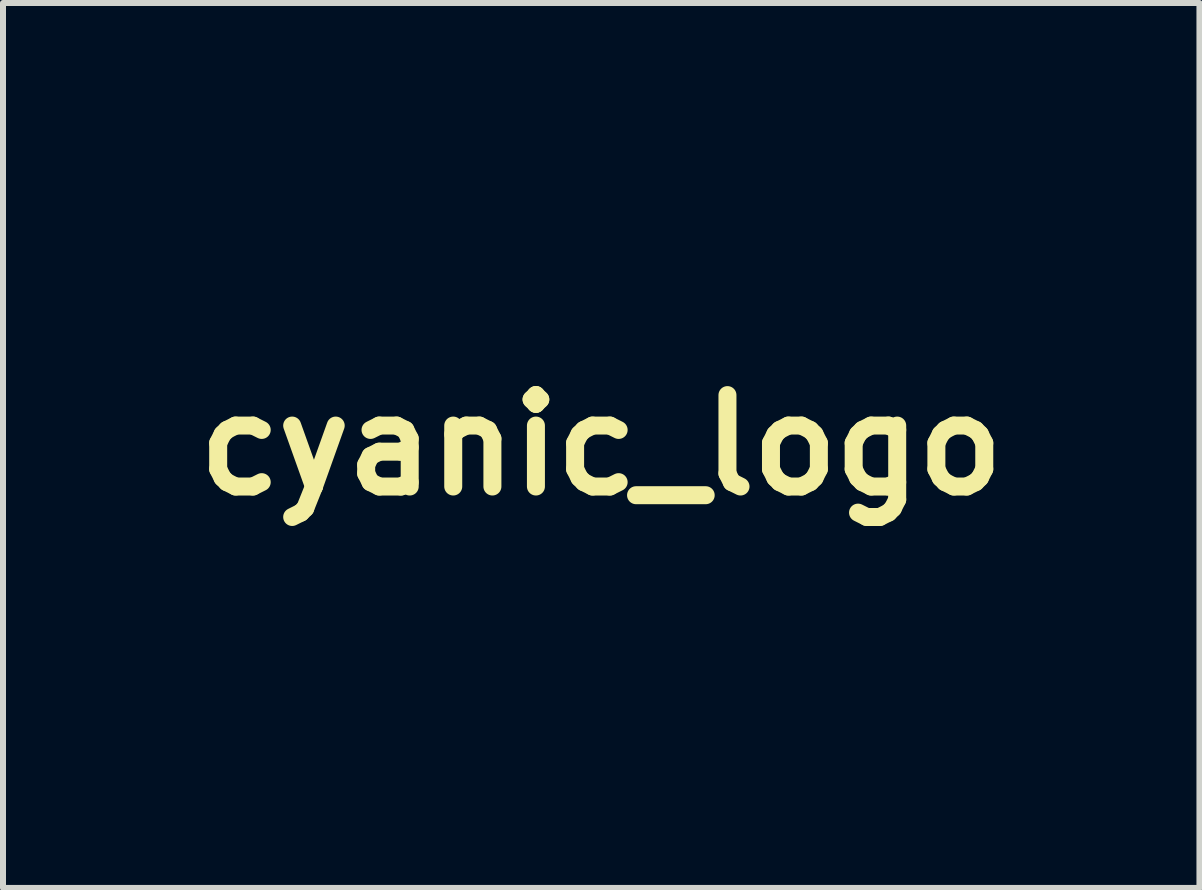
<source format=kicad_pcb>
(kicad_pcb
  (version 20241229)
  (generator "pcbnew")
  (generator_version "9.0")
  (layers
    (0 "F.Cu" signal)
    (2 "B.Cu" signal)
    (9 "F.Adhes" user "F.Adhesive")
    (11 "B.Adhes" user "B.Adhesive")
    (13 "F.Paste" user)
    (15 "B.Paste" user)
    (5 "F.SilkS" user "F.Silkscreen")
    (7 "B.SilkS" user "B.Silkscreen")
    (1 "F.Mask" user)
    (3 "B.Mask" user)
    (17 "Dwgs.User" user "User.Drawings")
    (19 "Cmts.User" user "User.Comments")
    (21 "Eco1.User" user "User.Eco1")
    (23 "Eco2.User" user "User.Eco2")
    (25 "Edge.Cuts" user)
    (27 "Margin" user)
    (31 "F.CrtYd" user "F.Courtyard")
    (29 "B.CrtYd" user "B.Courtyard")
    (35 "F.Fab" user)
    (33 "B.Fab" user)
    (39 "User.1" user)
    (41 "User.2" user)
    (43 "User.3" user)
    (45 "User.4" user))
  (footprint "cyanic_logo"
    (layer "F.Cu")
    (at 6.974 4.372)
    (property "Reference" "cyanic_logo" (at 0 0 0) (layer "F.SilkS") (effects (font (size 1.524 1.524) (thickness 0.3))))
    (attr through_hole)
    (fp_poly (pts (xy -0.28 -1.083) (xy -0.239 -1.076) (xy -0.191 -1.066) (xy -0.169 -1.061) (xy -0.138 -1.052) (xy -0.114 -1.045) (xy -0.095 -1.038) (xy -0.08 -1.03) (xy -0.068 -1.022) (xy -0.06 -1.014) (xy -0.049 -0.999) (xy -0.035 -0.978) (xy -0.019 -0.953) (xy -0.002 -0.926) (xy 0.016 -0.896) (xy 0.033 -0.866) (xy 0.05 -0.836) (xy 0.064 -0.809) (xy 0.076 -0.785) (xy 0.085 -0.765) (xy 0.087 -0.76) (xy 0.096 -0.732) (xy 0.106 -0.697) (xy 0.117 -0.656) (xy 0.127 -0.611) (xy 0.137 -0.563) (xy 0.147 -0.513) (xy 0.155 -0.464) (xy 0.163 -0.417) (xy 0.169 -0.373) (xy 0.169 -0.37) (xy 0.172 -0.339) (xy 0.175 -0.302) (xy 0.178 -0.262) (xy 0.181 -0.219) (xy 0.183 -0.177) (xy 0.184 -0.136) (xy 0.186 -0.098) (xy 0.186 -0.065) (xy 0.186 -0.039) (xy 0.186 -0.036) (xy 0.185 -0.014) (xy 0.183 0.014) (xy 0.18 0.046) (xy 0.177 0.08) (xy 0.174 0.117) (xy 0.17 0.154) (xy 0.167 0.19) (xy 0.163 0.224) (xy 0.16 0.254) (xy 0.157 0.28) (xy 0.154 0.3) (xy 0.152 0.312) (xy 0.151 0.314) (xy 0.145 0.335) (xy 0.136 0.362) (xy 0.126 0.392) (xy 0.115 0.423) (xy 0.104 0.452) (xy 0.095 0.478) (xy 0.092 0.483) (xy 0.054 0.568) (xy 0.009 0.652) (xy -0.041 0.732) (xy -0.095 0.807) (xy -0.133 0.853) (xy -0.148 0.869) (xy -0.167 0.889) (xy -0.191 0.913) (xy -0.216 0.939) (xy -0.243 0.965) (xy -0.27 0.991) (xy -0.296 1.015) (xy -0.318 1.036) (xy -0.336 1.052) (xy -0.336 1.052) (xy -0.354 1.067) (xy -0.369 1.08) (xy -0.38 1.09) (xy -0.387 1.095) (xy -0.388 1.096) (xy -0.392 1.1) (xy -0.402 1.108) (xy -0.417 1.12) (xy -0.434 1.134) (xy -0.443 1.141) (xy -0.452 1.148) (xy -0.463 1.157) (xy -0.465 1.159) (xy -0.481 1.172) (xy -0.502 1.188) (xy -0.525 1.206) (xy -0.55 1.226) (xy -0.576 1.246) (xy -0.602 1.266) (xy -0.628 1.285) (xy -0.652 1.303) (xy -0.673 1.319) (xy -0.691 1.332) (xy -0.704 1.341) (xy -0.711 1.346) (xy -0.713 1.347) (xy -0.712 1.341) (xy -0.708 1.329) (xy -0.703 1.313) (xy -0.697 1.296) (xy -0.679 1.239) (xy -0.662 1.176) (xy -0.646 1.11) (xy -0.632 1.043) (xy -0.621 0.976) (xy -0.611 0.913) (xy -0.605 0.854) (xy -0.603 0.829) (xy -0.602 0.809) (xy -0.602 0.793) (xy -0.602 0.783) (xy -0.603 0.78) (xy -0.605 0.785) (xy -0.61 0.796) (xy -0.617 0.813) (xy -0.624 0.833) (xy -0.626 0.838) (xy -0.664 0.932) (xy -0.702 1.019) (xy -0.742 1.1) (xy -0.784 1.176) (xy -0.83 1.249) (xy -0.881 1.32) (xy -0.936 1.391) (xy -0.998 1.463) (xy -1.018 1.486) (xy -1.038 1.509) (xy -1.059 1.532) (xy -1.079 1.553) (xy -1.095 1.572) (xy -1.102 1.579) (xy -1.143 1.621) (xy -1.192 1.665) (xy -1.25 1.712) (xy -1.316 1.76) (xy -1.391 1.811) (xy -1.474 1.864) (xy -1.531 1.899) (xy -1.561 1.917) (xy -1.589 1.932) (xy -1.617 1.946) (xy -1.645 1.96) (xy -1.675 1.972) (xy -1.708 1.984) (xy -1.744 1.996) (xy -1.785 2.009) (xy -1.832 2.023) (xy -1.886 2.038) (xy -1.93 2.05) (xy -1.958 2.058) (xy -1.985 2.065) (xy -2.007 2.071) (xy -2.024 2.076) (xy -2.035 2.079) (xy -2.038 2.079) (xy -2.044 2.08) (xy -2.045 2.08) (xy -2.043 2.075) (xy -2.038 2.065) (xy -2.03 2.051) (xy -2.029 2.049) (xy -2.019 2.03) (xy -2.006 2.005) (xy -1.991 1.975) (xy -1.974 1.942) (xy -1.957 1.907) (xy -1.939 1.872) (xy -1.923 1.838) (xy -1.909 1.807) (xy -1.897 1.781) (xy -1.888 1.761) (xy -1.888 1.76) (xy -1.879 1.739) (xy -1.867 1.713) (xy -1.854 1.685) (xy -1.839 1.655) (xy -1.824 1.624) (xy -1.81 1.595) (xy -1.796 1.568) (xy -1.784 1.545) (xy -1.774 1.528) (xy -1.767 1.516) (xy -1.766 1.515) (xy -1.76 1.507) (xy -1.759 1.504) (xy -1.76 1.505) (xy -1.768 1.51) (xy -1.772 1.508) (xy -1.771 1.501) (xy -1.77 1.495) (xy -1.771 1.494) (xy -1.778 1.498) (xy -1.783 1.502) (xy -1.793 1.509) (xy -1.808 1.52) (xy -1.825 1.533) (xy -1.836 1.542) (xy -1.856 1.557) (xy -1.883 1.574) (xy -1.914 1.594) (xy -1.948 1.615) (xy -1.984 1.637) (xy -2.019 1.657) (xy -2.052 1.675) (xy -2.081 1.691) (xy -2.099 1.699) (xy -2.138 1.717) (xy -2.178 1.734) (xy -2.222 1.75) (xy -2.272 1.767) (xy -2.297 1.775) (xy -2.356 1.794) (xy -2.318 1.749) (xy -2.301 1.728) (xy -2.281 1.702) (xy -2.261 1.675) (xy -2.244 1.65) (xy -2.244 1.649) (xy -2.214 1.603) (xy -2.185 1.553) (xy -2.156 1.5) (xy -2.127 1.445) (xy -2.1 1.39) (xy -2.075 1.335) (xy -2.051 1.282) (xy -2.031 1.231) (xy -2.014 1.184) (xy -2.001 1.142) (xy -1.992 1.106) (xy -1.99 1.096) (xy -1.982 1.041) (xy -1.976 0.983) (xy -1.973 0.924) (xy -1.972 0.867) (xy -1.973 0.814) (xy -1.977 0.766) (xy -1.98 0.745) (xy -1.989 0.694) (xy -1.997 0.651) (xy -2.005 0.615) (xy -2.012 0.587) (xy -2.019 0.568) (xy -2.019 0.566) (xy -2.03 0.542) (xy -2.029 0.569) (xy -2.028 0.584) (xy -2.029 0.608) (xy -2.031 0.638) (xy -2.033 0.673) (xy -2.037 0.712) (xy -2.041 0.754) (xy -2.045 0.797) (xy -2.05 0.84) (xy -2.052 0.86) (xy -2.057 0.898) (xy -2.062 0.928) (xy -2.065 0.951) (xy -2.068 0.967) (xy -2.071 0.978) (xy -2.074 0.983) (xy -2.077 0.985) (xy -2.083 0.983) (xy -2.094 0.979) (xy -2.109 0.974) (xy -2.165 0.956) (xy -2.226 0.945) (xy -2.291 0.941) (xy -2.361 0.945) (xy -2.429 0.954) (xy -2.451 0.957) (xy -2.47 0.961) (xy -2.485 0.964) (xy -2.492 0.965) (xy -2.5 0.966) (xy -2.504 0.963) (xy -2.504 0.953) (xy -2.503 0.94) (xy -2.501 0.919) (xy -2.498 0.894) (xy -2.494 0.866) (xy -2.489 0.836) (xy -2.484 0.807) (xy -2.479 0.781) (xy -2.475 0.765) (xy -2.457 0.696) (xy -2.432 0.623) (xy -2.401 0.545) (xy -2.363 0.463) (xy -2.319 0.376) (xy -2.267 0.284) (xy -2.209 0.187) (xy -2.144 0.084) (xy -2.125 0.056) (xy -2.107 0.028) (xy -2.088 0.001) (xy -2.067 -0.025) (xy -2.046 -0.052) (xy -2.022 -0.08) (xy -1.996 -0.109) (xy -1.966 -0.14) (xy -1.934 -0.174) (xy -1.897 -0.21) (xy -1.856 -0.25) (xy -1.81 -0.294) (xy -1.759 -0.342) (xy -1.702 -0.394) (xy -1.649 -0.443) (xy -1.61 -0.478) (xy -1.578 -0.508) (xy -1.549 -0.533) (xy -1.524 -0.556) (xy -1.501 -0.576) (xy -1.479 -0.594) (xy -1.457 -0.612) (xy -1.434 -0.63) (xy -1.409 -0.65) (xy -1.38 -0.672) (xy -1.348 -0.697) (xy -1.286 -0.74) (xy -1.217 -0.784) (xy -1.142 -0.826) (xy -1.061 -0.868) (xy -0.977 -0.907) (xy -0.89 -0.943) (xy -0.815 -0.971) (xy -0.763 -0.989) (xy -0.707 -1.006) (xy -0.65 -1.023) (xy -0.591 -1.038) (xy -0.534 -1.052) (xy -0.479 -1.064) (xy -0.428 -1.074) (xy -0.382 -1.081) (xy -0.344 -1.086) (xy -0.343 -1.086) (xy -0.315 -1.086) (xy -0.28 -1.083)) (stroke (width 0.01) (type solid)) (fill yes) (layer "F.Mask"))
    (fp_poly (pts (xy -2.88 -4.365) (xy -2.879 -4.365) (xy -2.876 -4.36) (xy -2.868 -4.347) (xy -2.856 -4.329) (xy -2.842 -4.305) (xy -2.824 -4.277) (xy -2.804 -4.244) (xy -2.782 -4.209) (xy -2.759 -4.171) (xy -2.736 -4.133) (xy -2.716 -4.1) (xy -2.693 -4.06) (xy -2.668 -4.016) (xy -2.642 -3.969) (xy -2.615 -3.92) (xy -2.589 -3.872) (xy -2.572 -3.842) (xy -2.563 -3.825) (xy -2.555 -3.812) (xy -2.55 -3.805) (xy -2.548 -3.804) (xy -2.545 -3.81) (xy -2.541 -3.822) (xy -2.54 -3.826) (xy -2.532 -3.849) (xy -2.52 -3.878) (xy -2.505 -3.911) (xy -2.488 -3.948) (xy -2.47 -3.986) (xy -2.465 -3.994) (xy -2.435 -4.05) (xy -2.401 -4.107) (xy -2.361 -4.165) (xy -2.32 -4.222) (xy -2.305 -4.243) (xy -2.291 -4.261) (xy -2.28 -4.276) (xy -2.273 -4.287) (xy -2.271 -4.29) (xy -2.266 -4.296) (xy -2.258 -4.3) (xy -2.252 -4.3) (xy -2.25 -4.297) (xy -2.25 -4.292) (xy -2.248 -4.279) (xy -2.246 -4.26) (xy -2.243 -4.236) (xy -2.24 -4.209) (xy -2.236 -4.18) (xy -2.232 -4.15) (xy -2.228 -4.12) (xy -2.225 -4.091) (xy -2.222 -4.066) (xy -2.22 -4.051) (xy -2.211 -3.985) (xy -2.201 -3.916) (xy -2.19 -3.846) (xy -2.178 -3.775) (xy -2.166 -3.704) (xy -2.154 -3.636) (xy -2.142 -3.57) (xy -2.13 -3.508) (xy -2.118 -3.452) (xy -2.107 -3.402) (xy -2.097 -3.36) (xy -2.097 -3.357) (xy -2.088 -3.325) (xy -2.082 -3.3) (xy -2.076 -3.28) (xy -2.071 -3.266) (xy -2.066 -3.255) (xy -2.061 -3.247) (xy -2.053 -3.24) (xy -2.044 -3.233) (xy -2.033 -3.224) (xy -2.029 -3.221) (xy -2.009 -3.207) (xy -1.985 -3.19) (xy -1.96 -3.172) (xy -1.938 -3.157) (xy -1.865 -3.106) (xy -1.798 -3.055) (xy -1.735 -3.004) (xy -1.674 -2.951) (xy -1.612 -2.893) (xy -1.6 -2.881) (xy -1.542 -2.822) (xy -1.482 -2.758) (xy -1.419 -2.688) (xy -1.354 -2.614) (xy -1.289 -2.537) (xy -1.225 -2.458) (xy -1.161 -2.378) (xy -1.1 -2.298) (xy -1.041 -2.219) (xy -0.985 -2.141) (xy -0.934 -2.067) (xy -0.888 -1.996) (xy -0.848 -1.932) (xy -0.818 -1.88) (xy -0.791 -1.832) (xy -0.766 -1.785) (xy -0.741 -1.736) (xy -0.716 -1.684) (xy -0.689 -1.626) (xy -0.683 -1.613) (xy -0.666 -1.576) (xy -0.648 -1.534) (xy -0.629 -1.488) (xy -0.61 -1.44) (xy -0.591 -1.392) (xy -0.573 -1.344) (xy -0.556 -1.299) (xy -0.54 -1.257) (xy -0.527 -1.22) (xy -0.518 -1.189) (xy -0.515 -1.182) (xy -0.509 -1.159) (xy -0.525 -1.154) (xy -0.537 -1.15) (xy -0.554 -1.144) (xy -0.573 -1.137) (xy -0.575 -1.136) (xy -0.591 -1.13) (xy -0.614 -1.123) (xy -0.64 -1.115) (xy -0.667 -1.107) (xy -0.675 -1.105) (xy -0.818 -1.061) (xy -0.957 -1.009) (xy -1.092 -0.949) (xy -1.223 -0.88) (xy -1.351 -0.804) (xy -1.365 -0.795) (xy -1.382 -0.784) (xy -1.397 -0.775) (xy -1.407 -0.769) (xy -1.412 -0.767) (xy -1.418 -0.77) (xy -1.427 -0.781) (xy -1.44 -0.797) (xy -1.453 -0.817) (xy -1.468 -0.84) (xy -1.483 -0.865) (xy -1.496 -0.89) (xy -1.503 -0.902) (xy -1.519 -0.938) (xy -1.538 -0.981) (xy -1.558 -1.031) (xy -1.578 -1.087) (xy -1.6 -1.147) (xy -1.621 -1.211) (xy -1.643 -1.278) (xy -1.664 -1.346) (xy -1.685 -1.414) (xy -1.704 -1.483) (xy -1.719 -1.54) (xy -1.745 -1.632) (xy -1.775 -1.729) (xy -1.809 -1.828) (xy -1.845 -1.928) (xy -1.883 -2.028) (xy -1.924 -2.126) (xy -1.965 -2.222) (xy -2.008 -2.313) (xy -2.05 -2.398) (xy -2.092 -2.477) (xy -2.11 -2.509) (xy -2.124 -2.532) (xy -2.142 -2.56) (xy -2.163 -2.592) (xy -2.185 -2.626) (xy -2.209 -2.659) (xy -2.231 -2.691) (xy -2.252 -2.72) (xy -2.269 -2.743) (xy -2.275 -2.752) (xy -2.29 -2.77) (xy -2.307 -2.789) (xy -2.326 -2.81) (xy -2.344 -2.83) (xy -2.363 -2.849) (xy -2.379 -2.865) (xy -2.393 -2.879) (xy -2.403 -2.887) (xy -2.409 -2.891) (xy -2.409 -2.891) (xy -2.408 -2.886) (xy -2.401 -2.877) (xy -2.391 -2.864) (xy -2.384 -2.855) (xy -2.331 -2.786) (xy -2.28 -2.71) (xy -2.234 -2.629) (xy -2.218 -2.597) (xy -2.193 -2.545) (xy -2.166 -2.486) (xy -2.138 -2.423) (xy -2.11 -2.357) (xy -2.082 -2.29) (xy -2.055 -2.224) (xy -2.031 -2.161) (xy -2.009 -2.103) (xy -2.008 -2.099) (xy -2.001 -2.082) (xy -1.996 -2.067) (xy -1.992 -2.057) (xy -1.992 -2.057) (xy -1.985 -2.039) (xy -1.976 -2.013) (xy -1.965 -1.983) (xy -1.953 -1.947) (xy -1.941 -1.909) (xy -1.928 -1.87) (xy -1.916 -1.83) (xy -1.904 -1.792) (xy -1.894 -1.757) (xy -1.894 -1.756) (xy -1.888 -1.738) (xy -1.884 -1.722) (xy -1.881 -1.712) (xy -1.88 -1.711) (xy -1.877 -1.701) (xy -1.873 -1.684) (xy -1.867 -1.662) (xy -1.861 -1.635) (xy -1.854 -1.606) (xy -1.847 -1.576) (xy -1.84 -1.546) (xy -1.833 -1.518) (xy -1.828 -1.494) (xy -1.824 -1.475) (xy -1.822 -1.468) (xy -1.819 -1.45) (xy -1.815 -1.433) (xy -1.814 -1.424) (xy -1.81 -1.405) (xy -1.805 -1.381) (xy -1.799 -1.35) (xy -1.794 -1.319) (xy -1.79 -1.298) (xy -1.786 -1.276) (xy -1.782 -1.259) (xy -1.782 -1.257) (xy -1.778 -1.238) (xy -1.775 -1.219) (xy -1.774 -1.212) (xy -1.756 -1.122) (xy -1.739 -1.041) (xy -1.72 -0.969) (xy -1.701 -0.905) (xy -1.681 -0.85) (xy -1.661 -0.804) (xy -1.647 -0.779) (xy -1.629 -0.75) (xy -1.61 -0.722) (xy -1.591 -0.696) (xy -1.579 -0.682) (xy -1.569 -0.671) (xy -1.562 -0.662) (xy -1.56 -0.658) (xy -1.56 -0.658) (xy -1.564 -0.654) (xy -1.574 -0.647) (xy -1.588 -0.636) (xy -1.605 -0.622) (xy -1.613 -0.615) (xy -1.663 -0.574) (xy -1.716 -0.528) (xy -1.771 -0.478) (xy -1.827 -0.426) (xy -1.882 -0.373) (xy -1.933 -0.322) (xy -1.956 -0.298) (xy -1.993 -0.259) (xy -2.027 -0.282) (xy -2.06 -0.308) (xy -2.097 -0.341) (xy -2.137 -0.381) (xy -2.179 -0.427) (xy -2.222 -0.478) (xy -2.265 -0.534) (xy -2.309 -0.593) (xy -2.353 -0.656) (xy -2.371 -0.682) (xy -2.39 -0.712) (xy -2.405 -0.737) (xy -2.418 -0.758) (xy -2.429 -0.779) (xy -2.439 -0.801) (xy -2.45 -0.826) (xy -2.457 -0.844) (xy -2.466 -0.867) (xy -2.477 -0.895) (xy -2.489 -0.924) (xy -2.501 -0.953) (xy -2.504 -0.96) (xy -2.516 -0.99) (xy -2.528 -1.024) (xy -2.541 -1.059) (xy -2.551 -1.092) (xy -2.554 -1.101) (xy -2.563 -1.13) (xy -2.574 -1.164) (xy -2.585 -1.201) (xy -2.597 -1.237) (xy -2.605 -1.263) (xy -2.641 -1.384) (xy -2.672 -1.507) (xy -2.696 -1.629) (xy -2.714 -1.748) (xy -2.714 -1.749) (xy -2.716 -1.774) (xy -2.719 -1.804) (xy -2.722 -1.837) (xy -2.725 -1.872) (xy -2.728 -1.907) (xy -2.73 -1.938) (xy -2.731 -1.966) (xy -2.732 -1.986) (xy -2.732 -1.99) (xy -2.733 -2.013) (xy -2.734 -2.029) (xy -2.736 -2.037) (xy -2.738 -2.038) (xy -2.74 -2.03) (xy -2.742 -2.014) (xy -2.742 -2.012) (xy -2.744 -1.995) (xy -2.745 -1.97) (xy -2.745 -1.939) (xy -2.746 -1.903) (xy -2.746 -1.864) (xy -2.746 -1.822) (xy -2.745 -1.78) (xy -2.745 -1.739) (xy -2.744 -1.699) (xy -2.743 -1.663) (xy -2.742 -1.631) (xy -2.741 -1.609) (xy -2.733 -1.504) (xy -2.724 -1.402) (xy -2.712 -1.305) (xy -2.699 -1.213) (xy -2.685 -1.126) (xy -2.669 -1.045) (xy -2.651 -0.972) (xy -2.632 -0.906) (xy -2.626 -0.887) (xy -2.615 -0.856) (xy -2.603 -0.822) (xy -2.589 -0.787) (xy -2.575 -0.754) (xy -2.563 -0.724) (xy -2.552 -0.701) (xy -2.551 -0.7) (xy -2.544 -0.684) (xy -2.534 -0.663) (xy -2.524 -0.639) (xy -2.514 -0.615) (xy -2.514 -0.615) (xy -2.492 -0.566) (xy -2.471 -0.522) (xy -2.449 -0.481) (xy -2.425 -0.44) (xy -2.414 -0.423) (xy -2.402 -0.403) (xy -2.39 -0.385) (xy -2.381 -0.37) (xy -2.375 -0.361) (xy -2.374 -0.359) (xy -2.367 -0.349) (xy -2.357 -0.334) (xy -2.346 -0.316) (xy -2.333 -0.298) (xy -2.321 -0.281) (xy -2.311 -0.267) (xy -2.305 -0.259) (xy -2.305 -0.258) (xy -2.291 -0.242) (xy -2.273 -0.223) (xy -2.253 -0.201) (xy -2.231 -0.179) (xy -2.209 -0.157) (xy -2.187 -0.136) (xy -2.168 -0.118) (xy -2.153 -0.104) (xy -2.141 -0.095) (xy -2.139 -0.094) (xy -2.138 -0.09) (xy -2.141 -0.083) (xy -2.149 -0.071) (xy -2.16 -0.054) (xy -2.177 -0.031) (xy -2.189 -0.015) (xy -2.255 0.077) (xy -2.315 0.165) (xy -2.368 0.251) (xy -2.416 0.336) (xy -2.449 0.4) (xy -2.461 0.425) (xy -2.472 0.446) (xy -2.482 0.464) (xy -2.49 0.476) (xy -2.494 0.481) (xy -2.494 0.481) (xy -2.5 0.478) (xy -2.51 0.471) (xy -2.523 0.459) (xy -2.535 0.449) (xy -2.556 0.429) (xy -2.575 0.409) (xy -2.595 0.387) (xy -2.616 0.363) (xy -2.637 0.336) (xy -2.661 0.304) (xy -2.688 0.267) (xy -2.719 0.224) (xy -2.738 0.198) (xy -2.769 0.153) (xy -2.795 0.113) (xy -2.819 0.076) (xy -2.841 0.039) (xy -2.862 0.002) (xy -2.884 -0.039) (xy -2.895 -0.06) (xy -2.964 -0.204) (xy -3.027 -0.351) (xy -3.081 -0.5) (xy -3.128 -0.651) (xy -3.166 -0.802) (xy -3.193 -0.931) (xy -3.197 -0.958) (xy -3.202 -0.991) (xy -3.207 -1.028) (xy -3.212 -1.068) (xy -3.217 -1.109) (xy -3.221 -1.147) (xy -3.223 -1.165) (xy -3.224 -1.186) (xy -3.226 -1.214) (xy -3.227 -1.249) (xy -3.227 -1.289) (xy -3.228 -1.333) (xy -3.228 -1.38) (xy -3.228 -1.428) (xy -3.228 -1.477) (xy -3.228 -1.524) (xy -3.227 -1.57) (xy -3.227 -1.612) (xy -3.225 -1.649) (xy -3.224 -1.681) (xy -3.223 -1.705) (xy -3.223 -1.707) (xy -3.216 -1.783) (xy -3.209 -1.857) (xy -3.202 -1.929) (xy -3.194 -2) (xy -3.185 -2.07) (xy -3.175 -2.141) (xy -3.164 -2.213) (xy -3.152 -2.288) (xy -3.139 -2.365) (xy -3.124 -2.446) (xy -3.108 -2.531) (xy -3.09 -2.622) (xy -3.07 -2.719) (xy -3.048 -2.823) (xy -3.024 -2.935) (xy -3.022 -2.947) (xy -3.014 -2.984) (xy -3.008 -3.012) (xy -3.003 -3.034) (xy -3 -3.051) (xy -2.999 -3.063) (xy -2.998 -3.071) (xy -2.999 -3.077) (xy -3 -3.081) (xy -3.001 -3.083) (xy -3.005 -3.091) (xy -3.012 -3.106) (xy -3.021 -3.125) (xy -3.03 -3.147) (xy -3.032 -3.15) (xy -3.042 -3.173) (xy -3.054 -3.2) (xy -3.069 -3.232) (xy -3.085 -3.266) (xy -3.101 -3.302) (xy -3.118 -3.337) (xy -3.135 -3.372) (xy -3.151 -3.405) (xy -3.165 -3.434) (xy -3.177 -3.459) (xy -3.187 -3.478) (xy -3.193 -3.489) (xy -3.203 -3.508) (xy -3.213 -3.53) (xy -3.22 -3.545) (xy -3.228 -3.566) (xy -3.237 -3.589) (xy -3.25 -3.617) (xy -3.257 -3.632) (xy -3.263 -3.643) (xy -3.267 -3.65) (xy -3.27 -3.658) (xy -3.27 -3.661) (xy -3.265 -3.66) (xy -3.252 -3.657) (xy -3.233 -3.651) (xy -3.209 -3.643) (xy -3.179 -3.633) (xy -3.145 -3.621) (xy -3.108 -3.608) (xy -3.069 -3.594) (xy -3.029 -3.579) (xy -3.026 -3.578) (xy -3.007 -3.571) (xy -2.992 -3.565) (xy -2.982 -3.562) (xy -2.979 -3.562) (xy -2.979 -3.566) (xy -2.981 -3.578) (xy -2.984 -3.594) (xy -2.986 -3.609) (xy -2.99 -3.637) (xy -2.994 -3.671) (xy -2.996 -3.71) (xy -2.998 -3.751) (xy -2.998 -3.792) (xy -2.998 -3.831) (xy -2.997 -3.866) (xy -2.995 -3.894) (xy -2.987 -3.95) (xy -2.976 -4.013) (xy -2.961 -4.083) (xy -2.944 -4.157) (xy -2.934 -4.196) (xy -2.923 -4.24) (xy -2.914 -4.276) (xy -2.906 -4.305) (xy -2.9 -4.327) (xy -2.895 -4.344) (xy -2.891 -4.356) (xy -2.888 -4.363) (xy -2.885 -4.366) (xy -2.882 -4.367) (xy -2.88 -4.365)) (stroke (width 0.01) (type solid)) (fill yes) (layer "F.Mask"))
    (fp_poly (pts (xy 2.889 -4.367) (xy 2.892 -4.364) (xy 2.895 -4.357) (xy 2.899 -4.347) (xy 2.903 -4.331) (xy 2.909 -4.31) (xy 2.917 -4.282) (xy 2.926 -4.247) (xy 2.937 -4.205) (xy 2.939 -4.196) (xy 2.958 -4.119) (xy 2.974 -4.047) (xy 2.986 -3.98) (xy 2.996 -3.921) (xy 2.999 -3.894) (xy 3.001 -3.865) (xy 3.003 -3.83) (xy 3.003 -3.791) (xy 3.002 -3.75) (xy 3 -3.709) (xy 2.998 -3.67) (xy 2.995 -3.636) (xy 2.991 -3.609) (xy 2.988 -3.59) (xy 2.985 -3.575) (xy 2.984 -3.564) (xy 2.983 -3.561) (xy 2.988 -3.562) (xy 2.997 -3.565) (xy 2.997 -3.565) (xy 3.008 -3.569) (xy 3.025 -3.576) (xy 3.047 -3.584) (xy 3.073 -3.593) (xy 3.101 -3.603) (xy 3.13 -3.614) (xy 3.16 -3.624) (xy 3.189 -3.634) (xy 3.215 -3.643) (xy 3.237 -3.651) (xy 3.255 -3.658) (xy 3.267 -3.662) (xy 3.272 -3.663) (xy 3.275 -3.66) (xy 3.274 -3.653) (xy 3.269 -3.645) (xy 3.265 -3.639) (xy 3.258 -3.626) (xy 3.25 -3.608) (xy 3.239 -3.587) (xy 3.232 -3.569) (xy 3.221 -3.545) (xy 3.207 -3.516) (xy 3.191 -3.482) (xy 3.174 -3.447) (xy 3.158 -3.412) (xy 3.148 -3.391) (xy 3.131 -3.354) (xy 3.111 -3.313) (xy 3.091 -3.27) (xy 3.071 -3.228) (xy 3.053 -3.19) (xy 3.047 -3.178) (xy 2.999 -3.073) (xy 3.01 -3.022) (xy 3.014 -3.003) (xy 3.019 -2.977) (xy 3.026 -2.946) (xy 3.033 -2.912) (xy 3.041 -2.878) (xy 3.046 -2.854) (xy 3.071 -2.737) (xy 3.094 -2.627) (xy 3.114 -2.524) (xy 3.132 -2.427) (xy 3.149 -2.334) (xy 3.164 -2.244) (xy 3.177 -2.157) (xy 3.189 -2.072) (xy 3.2 -1.987) (xy 3.209 -1.901) (xy 3.218 -1.814) (xy 3.226 -1.725) (xy 3.227 -1.707) (xy 3.229 -1.683) (xy 3.23 -1.651) (xy 3.231 -1.614) (xy 3.232 -1.572) (xy 3.232 -1.527) (xy 3.233 -1.479) (xy 3.233 -1.431) (xy 3.233 -1.383) (xy 3.232 -1.336) (xy 3.232 -1.292) (xy 3.231 -1.251) (xy 3.23 -1.216) (xy 3.229 -1.187) (xy 3.227 -1.166) (xy 3.227 -1.165) (xy 3.213 -1.042) (xy 3.195 -0.925) (xy 3.173 -0.812) (xy 3.146 -0.701) (xy 3.114 -0.588) (xy 3.082 -0.487) (xy 3.057 -0.419) (xy 3.03 -0.347) (xy 3 -0.275) (xy 2.968 -0.202) (xy 2.935 -0.132) (xy 2.902 -0.065) (xy 2.869 -0.002) (xy 2.837 0.053) (xy 2.828 0.069) (xy 2.805 0.105) (xy 2.78 0.143) (xy 2.753 0.183) (xy 2.725 0.222) (xy 2.698 0.26) (xy 2.67 0.297) (xy 2.644 0.331) (xy 2.62 0.362) (xy 2.598 0.388) (xy 2.579 0.409) (xy 2.564 0.423) (xy 2.558 0.428) (xy 2.545 0.437) (xy 2.527 0.404) (xy 2.511 0.377) (xy 2.491 0.343) (xy 2.466 0.306) (xy 2.438 0.265) (xy 2.408 0.223) (xy 2.377 0.18) (xy 2.37 0.171) (xy 2.35 0.144) (xy 2.329 0.117) (xy 2.309 0.09) (xy 2.292 0.066) (xy 2.278 0.047) (xy 2.276 0.045) (xy 2.259 0.021) (xy 2.238 -0.005) (xy 2.218 -0.031) (xy 2.205 -0.046) (xy 2.19 -0.064) (xy 2.176 -0.08) (xy 2.165 -0.094) (xy 2.158 -0.102) (xy 2.158 -0.103) (xy 2.147 -0.115) (xy 2.171 -0.127) (xy 2.187 -0.136) (xy 2.206 -0.148) (xy 2.224 -0.159) (xy 2.241 -0.171) (xy 2.264 -0.189) (xy 2.289 -0.21) (xy 2.317 -0.233) (xy 2.345 -0.257) (xy 2.371 -0.281) (xy 2.395 -0.304) (xy 2.415 -0.323) (xy 2.418 -0.326) (xy 2.474 -0.391) (xy 2.526 -0.464) (xy 2.573 -0.543) (xy 2.615 -0.629) (xy 2.652 -0.721) (xy 2.683 -0.819) (xy 2.709 -0.923) (xy 2.73 -1.031) (xy 2.738 -1.086) (xy 2.743 -1.129) (xy 2.747 -1.179) (xy 2.75 -1.236) (xy 2.753 -1.297) (xy 2.754 -1.362) (xy 2.755 -1.428) (xy 2.755 -1.495) (xy 2.754 -1.56) (xy 2.752 -1.623) (xy 2.749 -1.683) (xy 2.748 -1.711) (xy 2.744 -1.754) (xy 2.74 -1.8) (xy 2.736 -1.846) (xy 2.731 -1.894) (xy 2.726 -1.94) (xy 2.721 -1.985) (xy 2.716 -2.028) (xy 2.71 -2.067) (xy 2.705 -2.101) (xy 2.701 -2.13) (xy 2.696 -2.152) (xy 2.693 -2.167) (xy 2.691 -2.171) (xy 2.69 -2.171) (xy 2.689 -2.163) (xy 2.689 -2.148) (xy 2.689 -2.128) (xy 2.69 -2.103) (xy 2.691 -2.076) (xy 2.692 -2.047) (xy 2.694 -2.017) (xy 2.696 -1.988) (xy 2.696 -1.987) (xy 2.699 -1.951) (xy 2.701 -1.91) (xy 2.702 -1.866) (xy 2.703 -1.821) (xy 2.704 -1.776) (xy 2.704 -1.733) (xy 2.703 -1.694) (xy 2.702 -1.661) (xy 2.701 -1.64) (xy 2.693 -1.563) (xy 2.681 -1.482) (xy 2.664 -1.397) (xy 2.644 -1.307) (xy 2.623 -1.225) (xy 2.588 -1.105) (xy 2.547 -0.989) (xy 2.501 -0.875) (xy 2.453 -0.773) (xy 2.406 -0.681) (xy 2.359 -0.598) (xy 2.312 -0.523) (xy 2.265 -0.455) (xy 2.218 -0.395) (xy 2.17 -0.343) (xy 2.12 -0.297) (xy 2.07 -0.257) (xy 2.059 -0.25) (xy 2.032 -0.231) (xy 2.011 -0.248) (xy 2.002 -0.256) (xy 1.987 -0.269) (xy 1.969 -0.287) (xy 1.949 -0.306) (xy 1.928 -0.327) (xy 1.923 -0.332) (xy 1.895 -0.359) (xy 1.861 -0.39) (xy 1.823 -0.425) (xy 1.78 -0.463) (xy 1.735 -0.502) (xy 1.689 -0.541) (xy 1.642 -0.58) (xy 1.596 -0.617) (xy 1.552 -0.653) (xy 1.544 -0.658) (xy 1.532 -0.669) (xy 1.542 -0.681) (xy 1.551 -0.691) (xy 1.563 -0.704) (xy 1.572 -0.713) (xy 1.613 -0.761) (xy 1.653 -0.815) (xy 1.693 -0.877) (xy 1.732 -0.945) (xy 1.772 -1.022) (xy 1.804 -1.087) (xy 1.812 -1.105) (xy 1.819 -1.121) (xy 1.824 -1.133) (xy 1.825 -1.136) (xy 1.829 -1.147) (xy 1.831 -1.152) (xy 1.834 -1.158) (xy 1.839 -1.17) (xy 1.846 -1.187) (xy 1.854 -1.208) (xy 1.856 -1.212) (xy 1.864 -1.234) (xy 1.871 -1.253) (xy 1.877 -1.267) (xy 1.88 -1.276) (xy 1.881 -1.277) (xy 1.885 -1.288) (xy 1.891 -1.305) (xy 1.898 -1.328) (xy 1.907 -1.355) (xy 1.916 -1.383) (xy 1.924 -1.411) (xy 1.932 -1.437) (xy 1.939 -1.46) (xy 1.943 -1.477) (xy 1.947 -1.493) (xy 1.951 -1.507) (xy 1.952 -1.508) (xy 1.954 -1.518) (xy 1.958 -1.535) (xy 1.964 -1.556) (xy 1.969 -1.579) (xy 1.975 -1.602) (xy 1.98 -1.623) (xy 1.983 -1.639) (xy 1.987 -1.656) (xy 1.991 -1.674) (xy 1.992 -1.677) (xy 1.994 -1.688) (xy 1.998 -1.706) (xy 2.002 -1.728) (xy 2.007 -1.752) (xy 2.007 -1.753) (xy 2.012 -1.777) (xy 2.016 -1.8) (xy 2.02 -1.818) (xy 2.023 -1.831) (xy 2.023 -1.831) (xy 2.026 -1.847) (xy 2.029 -1.867) (xy 2.032 -1.88) (xy 2.035 -1.9) (xy 2.039 -1.918) (xy 2.041 -1.93) (xy 2.043 -1.943) (xy 2.047 -1.962) (xy 2.05 -1.983) (xy 2.052 -1.994) (xy 2.056 -2.016) (xy 2.059 -2.037) (xy 2.062 -2.055) (xy 2.063 -2.061) (xy 2.069 -2.097) (xy 2.076 -2.137) (xy 2.083 -2.181) (xy 2.088 -2.212) (xy 2.093 -2.241) (xy 2.099 -2.273) (xy 2.106 -2.308) (xy 2.114 -2.349) (xy 2.119 -2.375) (xy 2.126 -2.408) (xy 2.131 -2.435) (xy 2.136 -2.457) (xy 2.141 -2.477) (xy 2.143 -2.487) (xy 2.147 -2.499) (xy 2.151 -2.517) (xy 2.154 -2.531) (xy 2.161 -2.556) (xy 2.167 -2.58) (xy 2.174 -2.603) (xy 2.181 -2.626) (xy 2.189 -2.651) (xy 2.199 -2.679) (xy 2.211 -2.71) (xy 2.225 -2.746) (xy 2.242 -2.788) (xy 2.261 -2.836) (xy 2.266 -2.847) (xy 2.281 -2.885) (xy 2.294 -2.916) (xy 2.303 -2.94) (xy 2.31 -2.957) (xy 2.315 -2.97) (xy 2.318 -2.978) (xy 2.32 -2.983) (xy 2.32 -2.985) (xy 2.319 -2.985) (xy 2.317 -2.983) (xy 2.315 -2.981) (xy 2.315 -2.981) (xy 2.311 -2.976) (xy 2.304 -2.963) (xy 2.294 -2.944) (xy 2.282 -2.921) (xy 2.268 -2.894) (xy 2.253 -2.864) (xy 2.238 -2.833) (xy 2.223 -2.802) (xy 2.209 -2.771) (xy 2.196 -2.742) (xy 2.19 -2.729) (xy 2.173 -2.69) (xy 2.155 -2.646) (xy 2.138 -2.601) (xy 2.121 -2.556) (xy 2.106 -2.514) (xy 2.094 -2.477) (xy 2.09 -2.464) (xy 2.078 -2.425) (xy 2.068 -2.393) (xy 2.061 -2.367) (xy 2.054 -2.346) (xy 2.049 -2.328) (xy 2.044 -2.313) (xy 2.039 -2.299) (xy 2.037 -2.29) (xy 2.023 -2.249) (xy 2.009 -2.205) (xy 1.996 -2.161) (xy 1.984 -2.119) (xy 1.973 -2.081) (xy 1.965 -2.048) (xy 1.961 -2.032) (xy 1.956 -2.011) (xy 1.95 -1.987) (xy 1.944 -1.964) (xy 1.939 -1.943) (xy 1.935 -1.927) (xy 1.934 -1.923) (xy 1.929 -1.906) (xy 1.924 -1.887) (xy 1.919 -1.863) (xy 1.916 -1.852) (xy 1.906 -1.812) (xy 1.896 -1.774) (xy 1.885 -1.736) (xy 1.872 -1.695) (xy 1.858 -1.652) (xy 1.841 -1.603) (xy 1.821 -1.549) (xy 1.815 -1.533) (xy 1.785 -1.452) (xy 1.757 -1.38) (xy 1.731 -1.316) (xy 1.708 -1.259) (xy 1.687 -1.21) (xy 1.668 -1.168) (xy 1.65 -1.132) (xy 1.635 -1.104) (xy 1.628 -1.093) (xy 1.589 -1.033) (xy 1.545 -0.977) (xy 1.498 -0.925) (xy 1.457 -0.885) (xy 1.444 -0.874) (xy 1.427 -0.86) (xy 1.408 -0.845) (xy 1.389 -0.831) (xy 1.372 -0.819) (xy 1.358 -0.809) (xy 1.349 -0.804) (xy 1.348 -0.804) (xy 1.341 -0.805) (xy 1.33 -0.81) (xy 1.315 -0.818) (xy 1.307 -0.823) (xy 1.29 -0.833) (xy 1.268 -0.845) (xy 1.243 -0.859) (xy 1.218 -0.873) (xy 1.212 -0.876) (xy 1.185 -0.89) (xy 1.156 -0.907) (xy 1.127 -0.923) (xy 1.102 -0.937) (xy 1.101 -0.938) (xy 1.076 -0.951) (xy 1.045 -0.968) (xy 1.01 -0.986) (xy 0.971 -1.006) (xy 0.93 -1.026) (xy 0.89 -1.046) (xy 0.851 -1.064) (xy 0.816 -1.08) (xy 0.806 -1.085) (xy 0.755 -1.106) (xy 0.705 -1.126) (xy 0.657 -1.144) (xy 0.612 -1.159) (xy 0.572 -1.17) (xy 0.547 -1.177) (xy 0.538 -1.178) (xy 0.531 -1.18) (xy 0.527 -1.182) (xy 0.524 -1.187) (xy 0.525 -1.194) (xy 0.527 -1.205) (xy 0.533 -1.221) (xy 0.54 -1.244) (xy 0.551 -1.273) (xy 0.555 -1.285) (xy 0.601 -1.407) (xy 0.647 -1.521) (xy 0.694 -1.628) (xy 0.743 -1.731) (xy 0.795 -1.829) (xy 0.849 -1.925) (xy 0.853 -1.932) (xy 0.893 -1.997) (xy 0.939 -2.068) (xy 0.991 -2.142) (xy 1.046 -2.22) (xy 1.105 -2.299) (xy 1.167 -2.379) (xy 1.23 -2.459) (xy 1.295 -2.538) (xy 1.36 -2.615) (xy 1.424 -2.689) (xy 1.487 -2.759) (xy 1.548 -2.823) (xy 1.605 -2.881) (xy 1.661 -2.934) (xy 1.715 -2.983) (xy 1.771 -3.03) (xy 1.829 -3.075) (xy 1.892 -3.121) (xy 1.95 -3.162) (xy 1.983 -3.184) (xy 2.009 -3.203) (xy 2.03 -3.218) (xy 2.046 -3.23) (xy 2.058 -3.24) (xy 2.066 -3.248) (xy 2.071 -3.256) (xy 2.075 -3.263) (xy 2.078 -3.272) (xy 2.079 -3.273) (xy 2.097 -3.342) (xy 2.116 -3.42) (xy 2.134 -3.505) (xy 2.152 -3.599) (xy 2.166 -3.675) (xy 2.172 -3.71) (xy 2.178 -3.749) (xy 2.185 -3.793) (xy 2.192 -3.838) (xy 2.199 -3.883) (xy 2.206 -3.927) (xy 2.212 -3.968) (xy 2.218 -4.005) (xy 2.222 -4.035) (xy 2.224 -4.051) (xy 2.227 -4.073) (xy 2.23 -4.098) (xy 2.234 -4.127) (xy 2.238 -4.157) (xy 2.241 -4.188) (xy 2.245 -4.217) (xy 2.248 -4.243) (xy 2.251 -4.266) (xy 2.253 -4.283) (xy 2.255 -4.294) (xy 2.255 -4.297) (xy 2.258 -4.3) (xy 2.265 -4.3) (xy 2.272 -4.295) (xy 2.276 -4.29) (xy 2.28 -4.283) (xy 2.289 -4.271) (xy 2.301 -4.254) (xy 2.315 -4.235) (xy 2.324 -4.222) (xy 2.388 -4.132) (xy 2.445 -4.04) (xy 2.493 -3.948) (xy 2.533 -3.856) (xy 2.551 -3.808) (xy 2.553 -3.805) (xy 2.557 -3.808) (xy 2.562 -3.816) (xy 2.571 -3.831) (xy 2.577 -3.841) (xy 2.602 -3.889) (xy 2.629 -3.937) (xy 2.656 -3.986) (xy 2.682 -4.032) (xy 2.706 -4.075) (xy 2.729 -4.113) (xy 2.741 -4.133) (xy 2.765 -4.173) (xy 2.788 -4.211) (xy 2.81 -4.246) (xy 2.829 -4.279) (xy 2.847 -4.307) (xy 2.862 -4.33) (xy 2.873 -4.348) (xy 2.88 -4.36) (xy 2.884 -4.365) (xy 2.886 -4.367) (xy 2.889 -4.367)) (stroke (width 0.01) (type solid)) (fill yes) (layer "F.Mask"))
    (fp_poly (pts (xy 0.39 -1.118) (xy 0.434 -1.113) (xy 0.482 -1.103) (xy 0.533 -1.089) (xy 0.588 -1.07) (xy 0.648 -1.046) (xy 0.712 -1.016) (xy 0.783 -0.981) (xy 0.859 -0.941) (xy 0.931 -0.9) (xy 0.959 -0.885) (xy 0.99 -0.867) (xy 1.021 -0.85) (xy 1.048 -0.835) (xy 1.05 -0.834) (xy 1.078 -0.819) (xy 1.101 -0.807) (xy 1.12 -0.796) (xy 1.139 -0.785) (xy 1.159 -0.775) (xy 1.181 -0.762) (xy 1.207 -0.747) (xy 1.23 -0.734) (xy 1.255 -0.72) (xy 1.284 -0.702) (xy 1.313 -0.684) (xy 1.34 -0.667) (xy 1.345 -0.663) (xy 1.36 -0.654) (xy 1.372 -0.646) (xy 1.379 -0.642) (xy 1.38 -0.642) (xy 1.385 -0.639) (xy 1.394 -0.632) (xy 1.401 -0.627) (xy 1.414 -0.617) (xy 1.426 -0.609) (xy 1.43 -0.606) (xy 1.439 -0.601) (xy 1.444 -0.597) (xy 1.448 -0.594) (xy 1.458 -0.586) (xy 1.472 -0.576) (xy 1.486 -0.566) (xy 1.509 -0.549) (xy 1.536 -0.528) (xy 1.567 -0.505) (xy 1.597 -0.481) (xy 1.626 -0.457) (xy 1.652 -0.436) (xy 1.664 -0.426) (xy 1.743 -0.356) (xy 1.819 -0.288) (xy 1.889 -0.222) (xy 1.954 -0.158) (xy 2.013 -0.097) (xy 2.065 -0.039) (xy 2.111 0.015) (xy 2.15 0.064) (xy 2.152 0.067) (xy 2.167 0.088) (xy 2.183 0.11) (xy 2.2 0.134) (xy 2.216 0.157) (xy 2.231 0.179) (xy 2.244 0.199) (xy 2.255 0.214) (xy 2.261 0.225) (xy 2.264 0.229) (xy 2.266 0.234) (xy 2.272 0.244) (xy 2.28 0.257) (xy 2.28 0.257) (xy 2.295 0.282) (xy 2.313 0.313) (xy 2.333 0.35) (xy 2.355 0.391) (xy 2.377 0.434) (xy 2.4 0.479) (xy 2.421 0.523) (xy 2.442 0.566) (xy 2.451 0.586) (xy 2.453 0.593) (xy 2.457 0.608) (xy 2.462 0.627) (xy 2.468 0.65) (xy 2.474 0.675) (xy 2.48 0.7) (xy 2.485 0.723) (xy 2.489 0.743) (xy 2.49 0.749) (xy 2.496 0.784) (xy 2.502 0.826) (xy 2.508 0.871) (xy 2.512 0.916) (xy 2.515 0.96) (xy 2.517 0.999) (xy 2.518 1.023) (xy 2.518 1.077) (xy 2.555 1.08) (xy 2.595 1.086) (xy 2.641 1.097) (xy 2.691 1.113) (xy 2.745 1.134) (xy 2.801 1.159) (xy 2.859 1.188) (xy 2.918 1.219) (xy 2.976 1.254) (xy 3.032 1.291) (xy 3.056 1.307) (xy 3.095 1.336) (xy 3.135 1.368) (xy 3.177 1.403) (xy 3.219 1.441) (xy 3.26 1.479) (xy 3.3 1.518) (xy 3.338 1.556) (xy 3.372 1.594) (xy 3.403 1.629) (xy 3.429 1.661) (xy 3.449 1.69) (xy 3.464 1.714) (xy 3.464 1.715) (xy 3.469 1.727) (xy 3.471 1.733) (xy 3.469 1.737) (xy 3.466 1.74) (xy 3.461 1.742) (xy 3.454 1.742) (xy 3.444 1.74) (xy 3.429 1.736) (xy 3.406 1.729) (xy 3.404 1.728) (xy 3.329 1.706) (xy 3.25 1.686) (xy 3.169 1.668) (xy 3.087 1.654) (xy 3.006 1.643) (xy 2.929 1.635) (xy 2.857 1.631) (xy 2.833 1.631) (xy 2.794 1.631) (xy 2.808 1.654) (xy 2.817 1.672) (xy 2.83 1.696) (xy 2.844 1.724) (xy 2.859 1.755) (xy 2.874 1.786) (xy 2.887 1.815) (xy 2.899 1.841) (xy 2.908 1.862) (xy 2.908 1.863) (xy 2.939 1.95) (xy 2.968 2.044) (xy 2.993 2.146) (xy 3.016 2.255) (xy 3.037 2.373) (xy 3.045 2.429) (xy 3.053 2.484) (xy 3.06 2.537) (xy 3.067 2.591) (xy 3.073 2.646) (xy 3.078 2.703) (xy 3.084 2.764) (xy 3.09 2.829) (xy 3.095 2.902) (xy 3.101 2.981) (xy 3.101 2.983) (xy 3.107 3.06) (xy 3.112 3.129) (xy 3.118 3.189) (xy 3.123 3.243) (xy 3.127 3.29) (xy 3.132 3.331) (xy 3.137 3.366) (xy 3.142 3.397) (xy 3.148 3.423) (xy 3.153 3.446) (xy 3.159 3.465) (xy 3.166 3.482) (xy 3.171 3.495) (xy 3.177 3.506) (xy 3.18 3.514) (xy 3.18 3.516) (xy 3.174 3.514) (xy 3.161 3.51) (xy 3.142 3.503) (xy 3.118 3.495) (xy 3.091 3.484) (xy 3.061 3.473) (xy 3.03 3.461) (xy 3.01 3.453) (xy 2.982 3.443) (xy 2.948 3.43) (xy 2.908 3.416) (xy 2.867 3.401) (xy 2.824 3.386) (xy 2.783 3.372) (xy 2.767 3.367) (xy 2.709 3.347) (xy 2.658 3.329) (xy 2.614 3.312) (xy 2.576 3.297) (xy 2.543 3.282) (xy 2.514 3.267) (xy 2.488 3.252) (xy 2.464 3.236) (xy 2.441 3.219) (xy 2.418 3.201) (xy 2.413 3.196) (xy 2.382 3.169) (xy 2.378 3.201) (xy 2.364 3.312) (xy 2.345 3.417) (xy 2.321 3.518) (xy 2.292 3.618) (xy 2.263 3.703) (xy 2.229 3.788) (xy 2.195 3.864) (xy 2.159 3.934) (xy 2.121 3.997) (xy 2.08 4.055) (xy 2.053 4.089) (xy 2.038 4.108) (xy 2.019 4.131) (xy 2 4.156) (xy 1.982 4.18) (xy 1.98 4.182) (xy 1.964 4.202) (xy 1.946 4.225) (xy 1.924 4.25) (xy 1.902 4.275) (xy 1.88 4.3) (xy 1.858 4.323) (xy 1.839 4.343) (xy 1.823 4.359) (xy 1.811 4.369) (xy 1.81 4.371) (xy 1.8 4.377) (xy 1.795 4.377) (xy 1.794 4.375) (xy 1.792 4.369) (xy 1.788 4.356) (xy 1.783 4.338) (xy 1.776 4.317) (xy 1.774 4.311) (xy 1.767 4.289) (xy 1.759 4.26) (xy 1.749 4.227) (xy 1.739 4.193) (xy 1.73 4.161) (xy 1.729 4.159) (xy 1.719 4.125) (xy 1.707 4.085) (xy 1.693 4.043) (xy 1.68 4.003) (xy 1.667 3.967) (xy 1.667 3.967) (xy 1.637 3.883) (xy 1.612 3.805) (xy 1.591 3.734) (xy 1.575 3.668) (xy 1.562 3.607) (xy 1.557 3.581) (xy 1.554 3.562) (xy 1.551 3.547) (xy 1.549 3.537) (xy 1.549 3.535) (xy 1.546 3.537) (xy 1.54 3.546) (xy 1.532 3.559) (xy 1.53 3.561) (xy 1.476 3.647) (xy 1.416 3.73) (xy 1.352 3.81) (xy 1.285 3.885) (xy 1.215 3.955) (xy 1.144 4.02) (xy 1.072 4.077) (xy 1 4.127) (xy 0.971 4.144) (xy 0.948 4.159) (xy 0.92 4.176) (xy 0.894 4.194) (xy 0.878 4.204) (xy 0.858 4.218) (xy 0.834 4.233) (xy 0.81 4.249) (xy 0.785 4.264) (xy 0.761 4.279) (xy 0.739 4.292) (xy 0.72 4.302) (xy 0.706 4.31) (xy 0.698 4.313) (xy 0.697 4.314) (xy 0.69 4.316) (xy 0.681 4.323) (xy 0.679 4.325) (xy 0.671 4.331) (xy 0.665 4.332) (xy 0.663 4.326) (xy 0.663 4.314) (xy 0.666 4.294) (xy 0.671 4.268) (xy 0.691 4.155) (xy 0.706 4.037) (xy 0.714 3.916) (xy 0.715 3.794) (xy 0.711 3.671) (xy 0.7 3.55) (xy 0.683 3.433) (xy 0.682 3.425) (xy 0.678 3.404) (xy 0.675 3.385) (xy 0.673 3.372) (xy 0.672 3.366) (xy 0.672 3.362) (xy 0.676 3.358) (xy 0.683 3.352) (xy 0.695 3.345) (xy 0.712 3.335) (xy 0.737 3.323) (xy 0.744 3.319) (xy 0.772 3.304) (xy 0.803 3.288) (xy 0.832 3.271) (xy 0.857 3.256) (xy 0.869 3.249) (xy 0.931 3.207) (xy 0.996 3.159) (xy 1.063 3.105) (xy 1.13 3.048) (xy 1.196 2.988) (xy 1.26 2.926) (xy 1.32 2.864) (xy 1.375 2.803) (xy 1.424 2.744) (xy 1.427 2.741) (xy 1.436 2.728) (xy 1.45 2.709) (xy 1.466 2.687) (xy 1.483 2.662) (xy 1.502 2.636) (xy 1.519 2.61) (xy 1.535 2.587) (xy 1.548 2.568) (xy 1.557 2.554) (xy 1.558 2.552) (xy 1.559 2.55) (xy 1.557 2.55) (xy 1.552 2.553) (xy 1.543 2.56) (xy 1.529 2.571) (xy 1.51 2.587) (xy 1.485 2.607) (xy 1.477 2.613) (xy 1.451 2.635) (xy 1.422 2.66) (xy 1.393 2.685) (xy 1.367 2.709) (xy 1.35 2.724) (xy 1.301 2.771) (xy 1.251 2.816) (xy 1.201 2.86) (xy 1.153 2.902) (xy 1.108 2.94) (xy 1.066 2.974) (xy 1.029 3.003) (xy 1.007 3.019) (xy 0.994 3.028) (xy 0.985 3.036) (xy 0.98 3.039) (xy 0.975 3.043) (xy 0.964 3.051) (xy 0.948 3.061) (xy 0.93 3.073) (xy 0.91 3.086) (xy 0.891 3.098) (xy 0.873 3.108) (xy 0.859 3.116) (xy 0.856 3.118) (xy 0.838 3.128) (xy 0.819 3.138) (xy 0.804 3.146) (xy 0.791 3.153) (xy 0.773 3.163) (xy 0.753 3.173) (xy 0.732 3.184) (xy 0.711 3.194) (xy 0.692 3.203) (xy 0.676 3.211) (xy 0.666 3.216) (xy 0.662 3.217) (xy 0.657 3.219) (xy 0.646 3.223) (xy 0.638 3.227) (xy 0.613 3.238) (xy 0.591 3.247) (xy 0.575 3.253) (xy 0.561 3.258) (xy 0.549 3.263) (xy 0.548 3.263) (xy 0.533 3.269) (xy 0.519 3.274) (xy 0.507 3.278) (xy 0.493 3.282) (xy 0.478 3.286) (xy 0.459 3.289) (xy 0.435 3.293) (xy 0.405 3.297) (xy 0.372 3.302) (xy 0.352 3.305) (xy 0.33 3.309) (xy 0.316 3.311) (xy 0.299 3.314) (xy 0.282 3.315) (xy 0.275 3.315) (xy 0.26 3.317) (xy 0.247 3.32) (xy 0.246 3.32) (xy 0.233 3.324) (xy 0.211 3.327) (xy 0.183 3.329) (xy 0.15 3.331) (xy 0.112 3.332) (xy 0.072 3.333) (xy 0.029 3.334) (xy -0.014 3.334) (xy -0.057 3.334) (xy -0.099 3.333) (xy -0.138 3.332) (xy -0.173 3.33) (xy -0.202 3.327) (xy -0.226 3.325) (xy -0.243 3.322) (xy -0.246 3.32) (xy -0.258 3.318) (xy -0.274 3.316) (xy -0.285 3.315) (xy -0.304 3.315) (xy -0.324 3.313) (xy -0.333 3.311) (xy -0.346 3.309) (xy -0.365 3.306) (xy -0.388 3.302) (xy -0.406 3.299) (xy -0.436 3.295) (xy -0.461 3.29) (xy -0.483 3.285) (xy -0.505 3.278) (xy -0.531 3.269) (xy -0.554 3.26) (xy -0.593 3.245) (xy -0.627 3.231) (xy -0.659 3.216) (xy -0.691 3.201) (xy -0.724 3.185) (xy -0.783 3.155) (xy -0.835 3.127) (xy -0.88 3.102) (xy -0.916 3.08) (xy -0.936 3.067) (xy -0.962 3.049) (xy -0.991 3.029) (xy -1.022 3.008) (xy -1.053 2.986) (xy -1.083 2.964) (xy -1.105 2.948) (xy -1.147 2.917) (xy -1.183 2.891) (xy -1.214 2.867) (xy -1.241 2.845) (xy -1.267 2.824) (xy -1.291 2.803) (xy -1.316 2.781) (xy -1.343 2.757) (xy -1.372 2.729) (xy -1.377 2.724) (xy -1.393 2.709) (xy -1.413 2.691) (xy -1.436 2.671) (xy -1.461 2.65) (xy -1.486 2.628) (xy -1.511 2.608) (xy -1.534 2.589) (xy -1.554 2.573) (xy -1.569 2.56) (xy -1.58 2.552) (xy -1.581 2.551) (xy -1.584 2.55) (xy -1.585 2.55) (xy -1.585 2.551) (xy -1.582 2.556) (xy -1.577 2.564) (xy -1.569 2.576) (xy -1.557 2.593) (xy -1.541 2.617) (xy -1.53 2.634) (xy -1.487 2.694) (xy -1.446 2.749) (xy -1.403 2.801) (xy -1.358 2.853) (xy -1.308 2.905) (xy -1.266 2.946) (xy -1.202 3.007) (xy -1.137 3.065) (xy -1.072 3.12) (xy -1.01 3.169) (xy -0.949 3.213) (xy -0.898 3.247) (xy -0.873 3.262) (xy -0.844 3.279) (xy -0.813 3.297) (xy -0.781 3.314) (xy -0.75 3.33) (xy -0.722 3.343) (xy -0.7 3.353) (xy -0.694 3.356) (xy -0.681 3.362) (xy -0.671 3.367) (xy -0.668 3.371) (xy -0.669 3.377) (xy -0.671 3.39) (xy -0.674 3.408) (xy -0.677 3.425) (xy -0.695 3.539) (xy -0.706 3.658) (xy -0.711 3.778) (xy -0.71 3.9) (xy -0.703 4.02) (xy -0.689 4.137) (xy -0.67 4.249) (xy -0.667 4.268) (xy -0.661 4.297) (xy -0.658 4.317) (xy -0.659 4.33) (xy -0.662 4.334) (xy -0.668 4.331) (xy -0.669 4.33) (xy -0.676 4.325) (xy -0.689 4.317) (xy -0.702 4.31) (xy -0.72 4.3) (xy -0.744 4.287) (xy -0.771 4.27) (xy -0.8 4.252) (xy -0.83 4.233) (xy -0.857 4.215) (xy -0.88 4.2) (xy -0.902 4.185) (xy -0.927 4.169) (xy -0.952 4.153) (xy -0.967 4.144) (xy -1.039 4.098) (xy -1.111 4.043) (xy -1.182 3.982) (xy -1.253 3.914) (xy -1.321 3.841) (xy -1.386 3.763) (xy -1.447 3.681) (xy -1.504 3.597) (xy -1.526 3.561) (xy -1.534 3.548) (xy -1.541 3.538) (xy -1.544 3.535) (xy -1.544 3.535) (xy -1.546 3.539) (xy -1.548 3.551) (xy -1.551 3.568) (xy -1.553 3.581) (xy -1.564 3.639) (xy -1.579 3.702) (xy -1.597 3.771) (xy -1.621 3.846) (xy -1.648 3.927) (xy -1.663 3.967) (xy -1.675 4.003) (xy -1.689 4.043) (xy -1.702 4.085) (xy -1.715 4.125) (xy -1.725 4.159) (xy -1.725 4.159) (xy -1.734 4.191) (xy -1.744 4.224) (xy -1.753 4.256) (xy -1.762 4.284) (xy -1.769 4.306) (xy -1.769 4.308) (xy -1.776 4.329) (xy -1.781 4.347) (xy -1.785 4.361) (xy -1.787 4.368) (xy -1.787 4.369) (xy -1.788 4.376) (xy -1.793 4.377) (xy -1.803 4.371) (xy -1.817 4.36) (xy -1.822 4.355) (xy -1.854 4.323) (xy -1.888 4.286) (xy -1.923 4.247) (xy -1.955 4.208) (xy -1.976 4.182) (xy -1.993 4.159) (xy -2.013 4.134) (xy -2.031 4.111) (xy -2.047 4.091) (xy -2.048 4.089) (xy -2.091 4.034) (xy -2.131 3.974) (xy -2.168 3.909) (xy -2.203 3.837) (xy -2.237 3.758) (xy -2.258 3.703) (xy -2.292 3.603) (xy -2.321 3.504) (xy -2.344 3.402) (xy -2.362 3.296) (xy -2.374 3.201) (xy -2.377 3.169) (xy -2.409 3.196) (xy -2.431 3.215) (xy -2.454 3.232) (xy -2.478 3.249) (xy -2.503 3.264) (xy -2.531 3.278) (xy -2.564 3.293) (xy -2.6 3.308) (xy -2.643 3.325) (xy -2.691 3.342) (xy -2.748 3.362) (xy -2.762 3.367) (xy -2.803 3.38) (xy -2.845 3.395) (xy -2.887 3.41) (xy -2.928 3.424) (xy -2.964 3.438) (xy -2.995 3.449) (xy -3.006 3.453) (xy -3.037 3.466) (xy -3.068 3.477) (xy -3.097 3.488) (xy -3.124 3.498) (xy -3.146 3.506) (xy -3.163 3.512) (xy -3.173 3.515) (xy -3.176 3.516) (xy -3.175 3.512) (xy -3.171 3.504) (xy -3.169 3.499) (xy -3.162 3.484) (xy -3.155 3.466) (xy -3.149 3.446) (xy -3.143 3.422) (xy -3.138 3.395) (xy -3.133 3.363) (xy -3.127 3.326) (xy -3.122 3.284) (xy -3.118 3.236) (xy -3.112 3.181) (xy -3.107 3.119) (xy -3.102 3.048) (xy -3.097 2.983) (xy -3.091 2.903) (xy -3.085 2.831) (xy -3.08 2.765) (xy -3.074 2.704) (xy -3.068 2.647) (xy -3.062 2.592) (xy -3.056 2.539) (xy -3.053 2.515) (xy -0.842 2.515) (xy -0.839 2.54) (xy -0.831 2.569) (xy -0.818 2.601) (xy -0.8 2.635) (xy -0.78 2.669) (xy -0.761 2.697) (xy -0.736 2.726) (xy -0.709 2.756) (xy -0.68 2.782) (xy -0.651 2.805) (xy -0.624 2.822) (xy -0.62 2.824) (xy -0.584 2.841) (xy -0.549 2.853) (xy -0.513 2.86) (xy -0.473 2.863) (xy -0.439 2.863) (xy -0.409 2.862) (xy -0.385 2.859) (xy -0.362 2.855) (xy -0.345 2.85) (xy -0.317 2.84) (xy -0.283 2.826) (xy -0.246 2.809) (xy -0.207 2.789) (xy -0.168 2.768) (xy -0.131 2.747) (xy -0.099 2.726) (xy -0.072 2.707) (xy -0.069 2.705) (xy -0.054 2.693) (xy -0.039 2.683) (xy -0.028 2.677) (xy -0.028 2.676) (xy -0.017 2.672) (xy -0.009 2.672) (xy 0.001 2.676) (xy 0.001 2.676) (xy 0.012 2.683) (xy 0.026 2.693) (xy 0.042 2.704) (xy 0.042 2.705) (xy 0.068 2.724) (xy 0.101 2.744) (xy 0.137 2.766) (xy 0.176 2.787) (xy 0.216 2.807) (xy 0.254 2.825) (xy 0.288 2.84) (xy 0.318 2.85) (xy 0.319 2.85) (xy 0.336 2.855) (xy 0.351 2.859) (xy 0.367 2.861) (xy 0.385 2.862) (xy 0.409 2.863) (xy 0.423 2.863) (xy 0.463 2.862) (xy 0.497 2.858) (xy 0.527 2.852) (xy 0.557 2.842) (xy 0.588 2.827) (xy 0.593 2.825) (xy 0.619 2.808) (xy 0.648 2.786) (xy 0.677 2.76) (xy 0.706 2.731) (xy 0.731 2.701) (xy 0.734 2.697) (xy 0.757 2.664) (xy 0.776 2.631) (xy 0.793 2.597) (xy 0.805 2.566) (xy 0.813 2.538) (xy 0.815 2.518) (xy 0.815 2.501) (xy 0.811 2.493) (xy 0.805 2.492) (xy 0.796 2.499) (xy 0.783 2.513) (xy 0.779 2.519) (xy 0.764 2.536) (xy 0.746 2.557) (xy 0.724 2.58) (xy 0.702 2.603) (xy 0.679 2.624) (xy 0.659 2.643) (xy 0.643 2.657) (xy 0.637 2.661) (xy 0.606 2.683) (xy 0.574 2.702) (xy 0.545 2.717) (xy 0.519 2.726) (xy 0.494 2.733) (xy 0.475 2.737) (xy 0.458 2.739) (xy 0.442 2.739) (xy 0.422 2.736) (xy 0.421 2.736) (xy 0.367 2.725) (xy 0.31 2.707) (xy 0.251 2.68) (xy 0.189 2.646) (xy 0.123 2.604) (xy 0.097 2.586) (xy 0.045 2.548) (xy 0.045 2.385) (xy 0.164 2.308) (xy 0.217 2.274) (xy 0.263 2.243) (xy 0.305 2.215) (xy 0.342 2.189) (xy 0.377 2.164) (xy 0.411 2.139) (xy 0.444 2.113) (xy 0.479 2.085) (xy 0.48 2.084) (xy 0.505 2.064) (xy 0.524 2.049) (xy 0.538 2.037) (xy 0.547 2.029) (xy 0.552 2.022) (xy 0.555 2.017) (xy 0.555 2.013) (xy 0.555 2.008) (xy 0.555 2.008) (xy 0.544 1.979) (xy 0.527 1.951) (xy 0.504 1.926) (xy 0.477 1.904) (xy 0.458 1.894) (xy 0.415 1.879) (xy 0.37 1.872) (xy 0.323 1.874) (xy 0.273 1.885) (xy 0.22 1.904) (xy 0.203 1.912) (xy 0.167 1.93) (xy 0.131 1.951) (xy 0.096 1.974) (xy 0.063 1.997) (xy 0.035 2.02) (xy 0.012 2.041) (xy 0.003 2.051) (xy -0.013 2.069) (xy -0.029 2.051) (xy -0.052 2.028) (xy -0.081 2.004) (xy -0.115 1.979) (xy -0.153 1.954) (xy -0.192 1.932) (xy -0.231 1.912) (xy -0.268 1.895) (xy -0.296 1.885) (xy -0.327 1.878) (xy -0.36 1.874) (xy -0.394 1.872) (xy -0.424 1.875) (xy -0.43 1.876) (xy -0.466 1.886) (xy -0.5 1.903) (xy -0.53 1.925) (xy -0.554 1.952) (xy -0.572 1.981) (xy -0.581 2.008) (xy -0.582 2.013) (xy -0.582 2.017) (xy -0.579 2.022) (xy -0.574 2.028) (xy -0.565 2.037) (xy -0.551 2.048) (xy -0.533 2.064) (xy -0.508 2.084) (xy -0.507 2.084) (xy -0.472 2.112) (xy -0.439 2.138) (xy -0.405 2.163) (xy -0.37 2.188) (xy -0.333 2.214) (xy -0.291 2.242) (xy -0.245 2.273) (xy -0.193 2.307) (xy -0.191 2.308) (xy -0.071 2.385) (xy -0.071 2.549) (xy -0.13 2.591) (xy -0.191 2.631) (xy -0.25 2.666) (xy -0.307 2.694) (xy -0.361 2.715) (xy -0.411 2.73) (xy -0.457 2.737) (xy -0.475 2.738) (xy -0.512 2.735) (xy -0.55 2.725) (xy -0.589 2.709) (xy -0.631 2.685) (xy -0.664 2.661) (xy -0.679 2.649) (xy -0.698 2.632) (xy -0.719 2.612) (xy -0.742 2.589) (xy -0.764 2.566) (xy -0.784 2.544) (xy -0.8 2.525) (xy -0.805 2.519) (xy -0.82 2.502) (xy -0.83 2.493) (xy -0.837 2.492) (xy -0.841 2.498) (xy -0.842 2.512) (xy -0.842 2.515) (xy -3.053 2.515) (xy -3.049 2.485) (xy -3.041 2.43) (xy -3.041 2.429) (xy -3.022 2.307) (xy -3 2.195) (xy -2.975 2.089) (xy -2.948 1.992) (xy -2.918 1.901) (xy -2.903 1.863) (xy -2.895 1.842) (xy -2.883 1.816) (xy -2.87 1.786) (xy -2.855 1.755) (xy -2.84 1.725) (xy -2.826 1.696) (xy -2.813 1.672) (xy -2.803 1.655) (xy -2.803 1.654) (xy -2.789 1.631) (xy -2.828 1.631) (xy -2.898 1.633) (xy -2.974 1.639) (xy -3.053 1.649) (xy -3.135 1.663) (xy -3.216 1.679) (xy -3.297 1.698) (xy -3.373 1.72) (xy -3.4 1.728) (xy -3.422 1.736) (xy -3.439 1.74) (xy -3.449 1.742) (xy -3.456 1.742) (xy -3.461 1.74) (xy -3.461 1.74) (xy -3.466 1.736) (xy -3.466 1.731) (xy -3.463 1.723) (xy -3.46 1.715) (xy -3.447 1.693) (xy -3.428 1.666) (xy -3.403 1.636) (xy -3.374 1.602) (xy -3.342 1.566) (xy -3.306 1.529) (xy -3.268 1.491) (xy -3.229 1.454) (xy -3.19 1.418) (xy -3.15 1.384) (xy -3.129 1.366) (xy -3.045 1.303) (xy -2.957 1.245) (xy -2.866 1.193) (xy -2.773 1.148) (xy -2.679 1.111) (xy -2.626 1.093) (xy -2.612 1.089) (xy -2.6 1.086) (xy -2.588 1.084) (xy -2.574 1.082) (xy -2.557 1.082) (xy -2.535 1.081) (xy -2.505 1.081) (xy -2.498 1.081) (xy -2.46 1.081) (xy -2.428 1.082) (xy -2.4 1.084) (xy -2.374 1.087) (xy -2.346 1.091) (xy -2.346 1.091) (xy -2.325 1.095) (xy -2.3 1.099) (xy -2.272 1.105) (xy -2.245 1.111) (xy -2.218 1.117) (xy -2.193 1.123) (xy -2.172 1.129) (xy -2.156 1.133) (xy -2.147 1.137) (xy -2.145 1.138) (xy -2.144 1.144) (xy -2.146 1.157) (xy -2.151 1.175) (xy -2.157 1.197) (xy -2.164 1.223) (xy -2.173 1.249) (xy -2.182 1.275) (xy -2.191 1.299) (xy -2.193 1.303) (xy -2.233 1.398) (xy -2.275 1.487) (xy -2.317 1.569) (xy -2.36 1.645) (xy -2.403 1.712) (xy -2.43 1.75) (xy -2.45 1.775) (xy -2.472 1.801) (xy -2.496 1.827) (xy -2.519 1.851) (xy -2.541 1.872) (xy -2.558 1.886) (xy -2.568 1.895) (xy -2.57 1.901) (xy -2.569 1.902) (xy -2.563 1.904) (xy -2.55 1.907) (xy -2.532 1.91) (xy -2.518 1.912) (xy -2.464 1.915) (xy -2.405 1.913) (xy -2.355 1.907) (xy -2.335 1.905) (xy -2.315 1.902) (xy -2.302 1.9) (xy -2.286 1.897) (xy -2.265 1.892) (xy -2.242 1.885) (xy -2.221 1.878) (xy -2.204 1.872) (xy -2.196 1.869) (xy -2.182 1.863) (xy -2.164 1.856) (xy -2.152 1.851) (xy -2.131 1.842) (xy -2.11 1.833) (xy -2.092 1.825) (xy -2.086 1.822) (xy -2.072 1.816) (xy -2.063 1.812) (xy -2.059 1.811) (xy -2.06 1.816) (xy -2.065 1.828) (xy -2.074 1.845) (xy -2.086 1.867) (xy -2.101 1.893) (xy -2.117 1.921) (xy -2.135 1.951) (xy -2.154 1.982) (xy -2.173 2.013) (xy -2.193 2.042) (xy -2.193 2.044) (xy -2.22 2.084) (xy -2.241 2.118) (xy -2.258 2.146) (xy -2.27 2.168) (xy -2.278 2.185) (xy -2.282 2.197) (xy -2.283 2.204) (xy -2.282 2.215) (xy -2.28 2.222) (xy -2.28 2.222) (xy -2.274 2.224) (xy -2.261 2.225) (xy -2.241 2.226) (xy -2.218 2.227) (xy -2.192 2.227) (xy -2.165 2.227) (xy -2.139 2.227) (xy -2.115 2.226) (xy -2.094 2.224) (xy -2.089 2.224) (xy -2.063 2.221) (xy -2.041 2.218) (xy -2.021 2.214) (xy -1.998 2.209) (xy -1.983 2.206) (xy -1.868 2.174) (xy -1.75 2.135) (xy -1.633 2.089) (xy -1.517 2.037) (xy -1.406 1.981) (xy -1.379 1.966) (xy -1.347 1.947) (xy -1.313 1.926) (xy -1.278 1.904) (xy -1.244 1.882) (xy -1.213 1.861) (xy -1.188 1.843) (xy -1.185 1.841) (xy -1.164 1.824) (xy -1.138 1.804) (xy -1.11 1.781) (xy -1.083 1.758) (xy -1.058 1.737) (xy -1.037 1.718) (xy -1.029 1.712) (xy -1.015 1.699) (xy -0.995 1.685) (xy -0.974 1.671) (xy -0.963 1.664) (xy -0.901 1.626) (xy -0.841 1.587) (xy -0.824 1.576) (xy -0.809 1.566) (xy -0.789 1.552) (xy -0.767 1.537) (xy -0.744 1.521) (xy -0.721 1.504) (xy -0.699 1.489) (xy -0.68 1.475) (xy -0.664 1.464) (xy -0.654 1.457) (xy -0.651 1.455) (xy -0.645 1.45) (xy -0.634 1.441) (xy -0.618 1.429) (xy -0.598 1.414) (xy -0.577 1.399) (xy -0.549 1.377) (xy -0.518 1.354) (xy -0.486 1.329) (xy -0.453 1.303) (xy -0.419 1.277) (xy -0.387 1.251) (xy -0.356 1.227) (xy -0.328 1.204) (xy -0.304 1.184) (xy -0.283 1.167) (xy -0.268 1.154) (xy -0.259 1.146) (xy -0.258 1.145) (xy -0.254 1.142) (xy -0.245 1.133) (xy -0.232 1.122) (xy -0.218 1.11) (xy -0.149 1.046) (xy -0.082 0.977) (xy -0.02 0.906) (xy 0.036 0.834) (xy 0.084 0.763) (xy 0.126 0.693) (xy 0.165 0.617) (xy 0.201 0.537) (xy 0.232 0.457) (xy 0.258 0.379) (xy 0.263 0.361) (xy 0.267 0.346) (xy 0.271 0.333) (xy 0.272 0.33) (xy 0.275 0.32) (xy 0.279 0.304) (xy 0.284 0.283) (xy 0.289 0.26) (xy 0.294 0.236) (xy 0.299 0.215) (xy 0.302 0.197) (xy 0.302 0.196) (xy 0.309 0.154) (xy 0.315 0.106) (xy 0.32 0.053) (xy 0.324 -0.000487) (xy 0.326 -0.054) (xy 0.327 -0.063) (xy 0.328 -0.101) (xy 0.459 0.104) (xy 0.485 0.145) (xy 0.512 0.186) (xy 0.537 0.225) (xy 0.561 0.263) (xy 0.583 0.297) (xy 0.603 0.327) (xy 0.619 0.351) (xy 0.631 0.37) (xy 0.633 0.374) (xy 0.646 0.394) (xy 0.662 0.421) (xy 0.68 0.453) (xy 0.7 0.488) (xy 0.72 0.524) (xy 0.739 0.56) (xy 0.746 0.573) (xy 0.783 0.642) (xy 0.819 0.71) (xy 0.855 0.775) (xy 0.889 0.837) (xy 0.921 0.893) (xy 0.95 0.944) (xy 0.966 0.971) (xy 0.979 0.994) (xy 0.995 1.022) (xy 1.012 1.054) (xy 1.031 1.089) (xy 1.049 1.123) (xy 1.061 1.147) (xy 1.082 1.189) (xy 1.099 1.223) (xy 1.114 1.251) (xy 1.126 1.274) (xy 1.136 1.294) (xy 1.145 1.31) (xy 1.153 1.325) (xy 1.162 1.338) (xy 1.165 1.344) (xy 1.173 1.358) (xy 1.179 1.369) (xy 1.181 1.376) (xy 1.181 1.376) (xy 1.183 1.381) (xy 1.184 1.381) (xy 1.194 1.377) (xy 1.204 1.365) (xy 1.214 1.346) (xy 1.225 1.321) (xy 1.236 1.291) (xy 1.246 1.258) (xy 1.255 1.221) (xy 1.262 1.183) (xy 1.268 1.146) (xy 1.271 1.12) (xy 1.274 1.088) (xy 1.276 1.053) (xy 1.279 1.015) (xy 1.281 0.977) (xy 1.282 0.942) (xy 1.283 0.91) (xy 1.283 0.884) (xy 1.283 0.875) (xy 1.282 0.857) (xy 1.283 0.844) (xy 1.283 0.837) (xy 1.284 0.836) (xy 1.288 0.84) (xy 1.296 0.852) (xy 1.307 0.869) (xy 1.322 0.891) (xy 1.34 0.918) (xy 1.36 0.948) (xy 1.382 0.981) (xy 1.405 1.017) (xy 1.429 1.053) (xy 1.454 1.091) (xy 1.477 1.128) (xy 1.501 1.164) (xy 1.523 1.198) (xy 1.543 1.23) (xy 1.561 1.258) (xy 1.576 1.283) (xy 1.588 1.301) (xy 1.61 1.338) (xy 1.628 1.368) (xy 1.641 1.39) (xy 1.651 1.406) (xy 1.656 1.416) (xy 1.658 1.42) (xy 1.66 1.425) (xy 1.666 1.434) (xy 1.666 1.434) (xy 1.673 1.446) (xy 1.683 1.463) (xy 1.696 1.487) (xy 1.71 1.513) (xy 1.725 1.543) (xy 1.741 1.573) (xy 1.756 1.602) (xy 1.769 1.63) (xy 1.781 1.654) (xy 1.783 1.66) (xy 1.797 1.69) (xy 1.808 1.715) (xy 1.818 1.737) (xy 1.827 1.758) (xy 1.836 1.78) (xy 1.847 1.807) (xy 1.854 1.825) (xy 1.875 1.88) (xy 1.896 1.941) (xy 1.918 2.008) (xy 1.939 2.077) (xy 1.956 2.139) (xy 1.96 2.153) (xy 1.964 2.165) (xy 1.965 2.168) (xy 1.968 2.176) (xy 1.973 2.19) (xy 1.978 2.208) (xy 1.981 2.217) (xy 1.989 2.242) (xy 1.995 2.259) (xy 1.999 2.27) (xy 2.003 2.276) (xy 2.006 2.277) (xy 2.009 2.273) (xy 2.016 2.264) (xy 2.025 2.249) (xy 2.036 2.231) (xy 2.047 2.212) (xy 2.058 2.193) (xy 2.068 2.176) (xy 2.075 2.162) (xy 2.076 2.159) (xy 2.088 2.133) (xy 2.098 2.109) (xy 2.103 2.097) (xy 2.114 2.071) (xy 2.126 2.038) (xy 2.14 2.001) (xy 2.15 1.974) (xy 2.158 1.953) (xy 2.165 1.934) (xy 2.171 1.919) (xy 2.174 1.91) (xy 2.175 1.909) (xy 2.178 1.901) (xy 2.183 1.887) (xy 2.189 1.87) (xy 2.19 1.867) (xy 2.197 1.848) (xy 2.204 1.83) (xy 2.209 1.817) (xy 2.209 1.816) (xy 2.216 1.798) (xy 2.223 1.776) (xy 2.231 1.752) (xy 2.239 1.728) (xy 2.245 1.708) (xy 2.25 1.692) (xy 2.251 1.687) (xy 2.255 1.67) (xy 2.259 1.655) (xy 2.259 1.653) (xy 2.262 1.642) (xy 2.265 1.623) (xy 2.27 1.6) (xy 2.276 1.573) (xy 2.281 1.544) (xy 2.286 1.522) (xy 2.296 1.463) (xy 2.305 1.402) (xy 2.313 1.339) (xy 2.32 1.277) (xy 2.325 1.216) (xy 2.328 1.158) (xy 2.33 1.105) (xy 2.329 1.057) (xy 2.327 1.016) (xy 2.327 1.012) (xy 2.322 0.972) (xy 2.317 0.933) (xy 2.311 0.896) (xy 2.305 0.863) (xy 2.298 0.836) (xy 2.295 0.824) (xy 2.292 0.813) (xy 2.287 0.798) (xy 2.286 0.793) (xy 2.279 0.769) (xy 2.27 0.742) (xy 2.26 0.712) (xy 2.25 0.682) (xy 2.24 0.654) (xy 2.231 0.631) (xy 2.224 0.613) (xy 2.224 0.613) (xy 2.211 0.585) (xy 2.198 0.559) (xy 2.187 0.536) (xy 2.177 0.517) (xy 2.169 0.503) (xy 2.164 0.496) (xy 2.161 0.495) (xy 2.161 0.495) (xy 2.162 0.501) (xy 2.165 0.512) (xy 2.169 0.529) (xy 2.172 0.54) (xy 2.177 0.562) (xy 2.182 0.584) (xy 2.187 0.603) (xy 2.188 0.608) (xy 2.191 0.626) (xy 2.195 0.644) (xy 2.197 0.653) (xy 2.201 0.67) (xy 2.204 0.688) (xy 2.206 0.707) (xy 2.208 0.729) (xy 2.21 0.753) (xy 2.211 0.783) (xy 2.212 0.817) (xy 2.212 0.857) (xy 2.212 0.905) (xy 2.212 0.96) (xy 2.212 0.967) (xy 2.212 1.025) (xy 2.212 1.075) (xy 2.212 1.119) (xy 2.211 1.157) (xy 2.209 1.191) (xy 2.207 1.221) (xy 2.205 1.25) (xy 2.202 1.277) (xy 2.198 1.304) (xy 2.194 1.333) (xy 2.19 1.359) (xy 2.182 1.402) (xy 2.174 1.447) (xy 2.165 1.492) (xy 2.156 1.535) (xy 2.148 1.577) (xy 2.14 1.614) (xy 2.132 1.648) (xy 2.125 1.676) (xy 2.119 1.697) (xy 2.116 1.706) (xy 2.111 1.722) (xy 2.103 1.744) (xy 2.094 1.771) (xy 2.083 1.801) (xy 2.073 1.832) (xy 2.068 1.846) (xy 2.034 1.948) (xy 2.012 1.893) (xy 1.985 1.826) (xy 1.958 1.762) (xy 1.931 1.701) (xy 1.903 1.641) (xy 1.874 1.582) (xy 1.843 1.521) (xy 1.809 1.459) (xy 1.772 1.394) (xy 1.731 1.325) (xy 1.687 1.251) (xy 1.637 1.171) (xy 1.63 1.16) (xy 1.609 1.126) (xy 1.586 1.089) (xy 1.563 1.052) (xy 1.541 1.016) (xy 1.521 0.984) (xy 1.506 0.96) (xy 1.459 0.884) (xy 1.411 0.811) (xy 1.364 0.739) (xy 1.316 0.671) (xy 1.27 0.607) (xy 1.226 0.548) (xy 1.183 0.495) (xy 1.144 0.448) (xy 1.112 0.412) (xy 1.087 0.385) (xy 1.09 0.401) (xy 1.092 0.413) (xy 1.093 0.431) (xy 1.094 0.45) (xy 1.094 0.45) (xy 1.096 0.473) (xy 1.098 0.497) (xy 1.101 0.515) (xy 1.11 0.57) (xy 1.118 0.623) (xy 1.125 0.672) (xy 1.132 0.716) (xy 1.137 0.754) (xy 1.141 0.784) (xy 1.141 0.787) (xy 1.145 0.819) (xy 1.148 0.855) (xy 1.152 0.892) (xy 1.155 0.93) (xy 1.157 0.967) (xy 1.16 1.002) (xy 1.161 1.033) (xy 1.162 1.059) (xy 1.163 1.078) (xy 1.162 1.088) (xy 1.162 1.092) (xy 1.16 1.094) (xy 1.158 1.093) (xy 1.154 1.088) (xy 1.148 1.078) (xy 1.14 1.064) (xy 1.128 1.044) (xy 1.114 1.018) (xy 1.096 0.984) (xy 1.091 0.975) (xy 1.073 0.941) (xy 1.052 0.9) (xy 1.028 0.856) (xy 1.004 0.809) (xy 0.979 0.761) (xy 0.956 0.714) (xy 0.934 0.671) (xy 0.932 0.668) (xy 0.907 0.619) (xy 0.885 0.575) (xy 0.863 0.534) (xy 0.842 0.495) (xy 0.82 0.457) (xy 0.797 0.416) (xy 0.771 0.372) (xy 0.742 0.323) (xy 0.732 0.307) (xy 0.71 0.27) (xy 0.689 0.235) (xy 0.669 0.202) (xy 0.651 0.173) (xy 0.636 0.148) (xy 0.625 0.128) (xy 0.616 0.114) (xy 0.612 0.107) (xy 0.607 0.098) (xy 0.597 0.083) (xy 0.586 0.064) (xy 0.572 0.042) (xy 0.566 0.031) (xy 0.552 0.009) (xy 0.539 -0.012) (xy 0.529 -0.03) (xy 0.521 -0.043) (xy 0.518 -0.047) (xy 0.514 -0.054) (xy 0.51 -0.06) (xy 0.506 -0.067) (xy 0.501 -0.075) (xy 0.494 -0.086) (xy 0.485 -0.101) (xy 0.472 -0.122) (xy 0.462 -0.137) (xy 0.45 -0.156) (xy 0.44 -0.173) (xy 0.432 -0.186) (xy 0.428 -0.193) (xy 0.428 -0.194) (xy 0.425 -0.199) (xy 0.42 -0.208) (xy 0.419 -0.209) (xy 0.413 -0.219) (xy 0.405 -0.235) (xy 0.394 -0.256) (xy 0.381 -0.28) (xy 0.367 -0.308) (xy 0.354 -0.336) (xy 0.341 -0.363) (xy 0.329 -0.389) (xy 0.323 -0.401) (xy 0.303 -0.447) (xy 0.287 -0.486) (xy 0.274 -0.524) (xy 0.262 -0.56) (xy 0.252 -0.599) (xy 0.25 -0.608) (xy 0.229 -0.686) (xy 0.205 -0.758) (xy 0.177 -0.828) (xy 0.172 -0.839) (xy 0.163 -0.859) (xy 0.152 -0.882) (xy 0.139 -0.907) (xy 0.126 -0.933) (xy 0.113 -0.958) (xy 0.101 -0.981) (xy 0.091 -1) (xy 0.083 -1.013) (xy 0.079 -1.019) (xy 0.08 -1.025) (xy 0.086 -1.035) (xy 0.098 -1.046) (xy 0.113 -1.058) (xy 0.131 -1.07) (xy 0.149 -1.08) (xy 0.197 -1.099) (xy 0.25 -1.112) (xy 0.309 -1.119) (xy 0.372 -1.119) (xy 0.39 -1.118)) (stroke (width 0.01) (type solid)) (fill yes) (layer "F.Mask")))
  (gr_rect
    (start -3 -3)
    (end 16.948 11.754)
    (stroke (width 0.1) (type default))
    (fill no)
    (layer "Edge.Cuts")))
</source>
